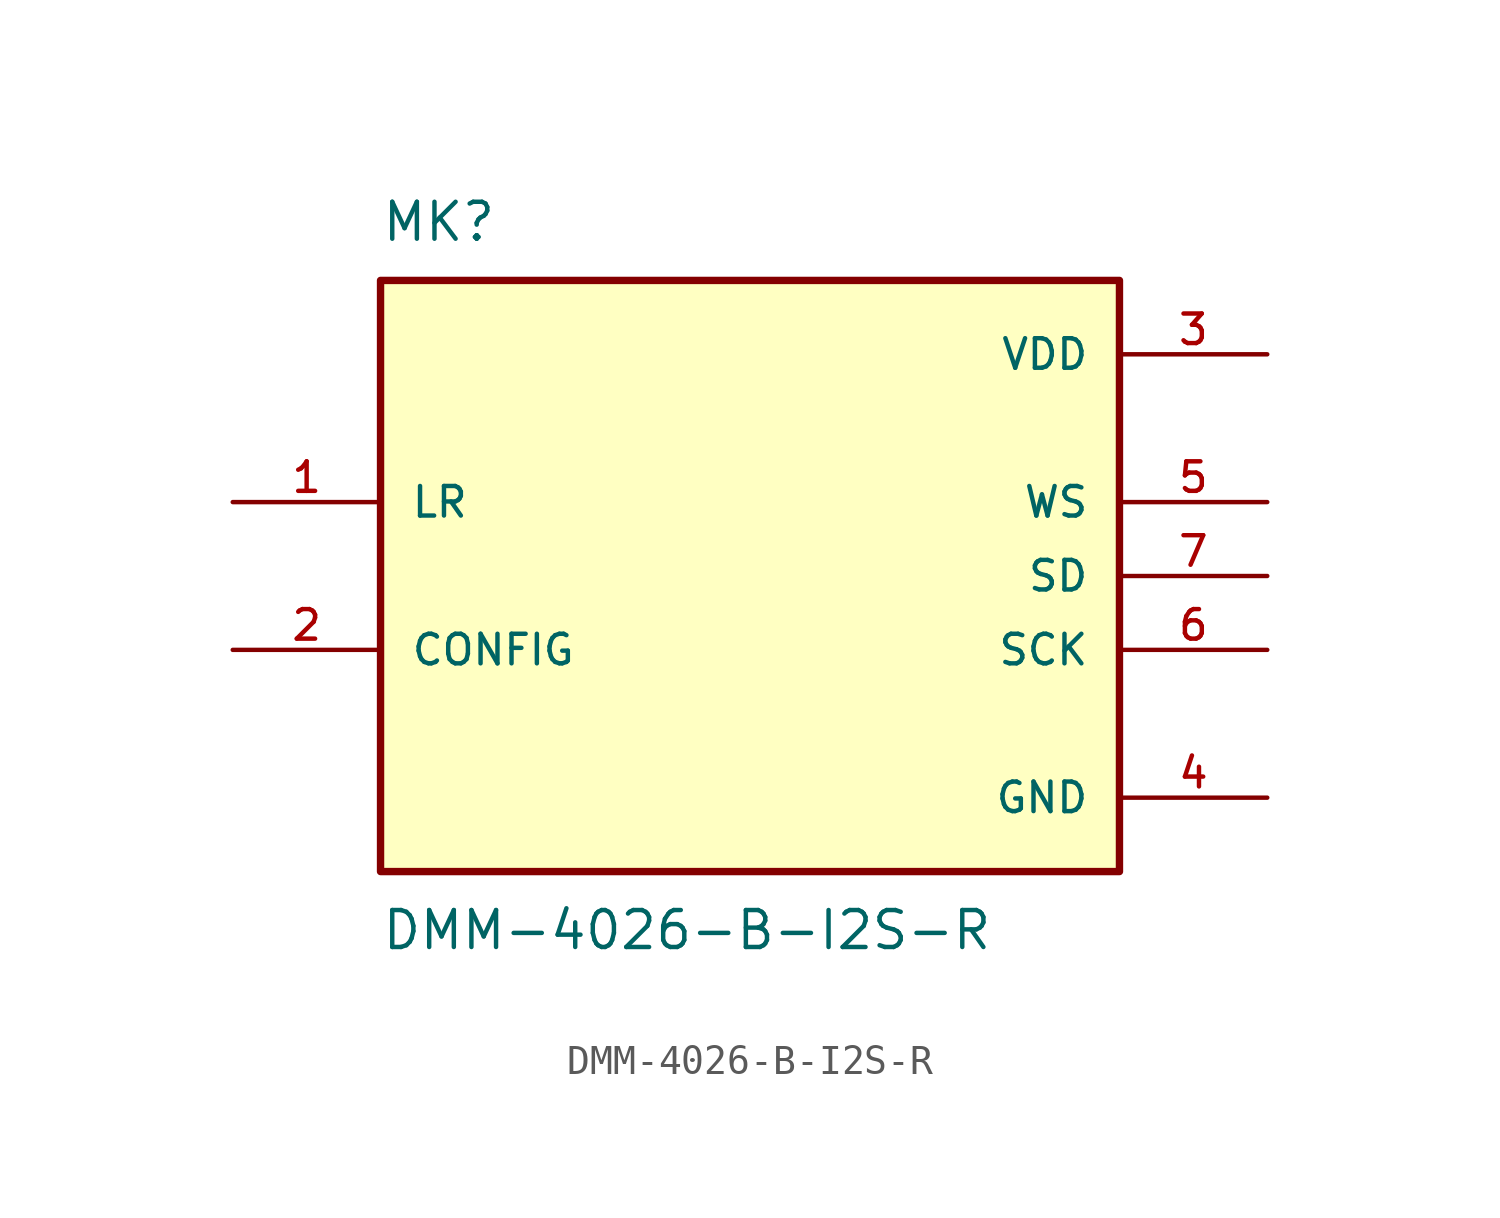
<source format=kicad_sym>
(kicad_symbol_lib
  (version 20211014)
  (generator kicad_symbol_editor)
  (symbol "DMM-4026-B-I2S-R"
    (pin_names
      (offset 1.016))
    (property "Reference" "MK"
      (at -12.7 11.43 0)
      (effects (font (size 1.27 1.27)) (justify bottom left)))
    (property "Value" "DMM-4026-B-I2S-R"
      (at -12.7 -11.43 0.0)
      (effects (font (size 1.27 1.27)) (justify top left)))
    (symbol "DMM-4026-B-I2S-R_0_0"
      (rectangle (start -12.7 -10.16) (end 12.7 10.16) (stroke (width 0.254)) (fill (type background)))
      (pin power_in line (at 17.78 -7.62 180.0) (length 5.08) (name "GND" (effects (font (size 1.016 1.016)))) (number "4" (effects (font (size 1.016 1.016)))))
      (pin output line (at 17.78 0.0 180.0) (length 5.08) (name "SD" (effects (font (size 1.016 1.016)))) (number "7" (effects (font (size 1.016 1.016)))))
      (pin power_in line (at 17.78 7.62 180.0) (length 5.08) (name "VDD" (effects (font (size 1.016 1.016)))) (number "3" (effects (font (size 1.016 1.016)))))
      (pin input line (at -17.78 2.54 0) (length 5.08) (name "LR" (effects (font (size 1.016 1.016)))) (number "1" (effects (font (size 1.016 1.016)))))
      (pin input line (at -17.78 -2.54 0) (length 5.08) (name "CONFIG" (effects (font (size 1.016 1.016)))) (number "2" (effects (font (size 1.016 1.016)))))
      (pin input line (at 17.78 2.54 180.0) (length 5.08) (name "WS" (effects (font (size 1.016 1.016)))) (number "5" (effects (font (size 1.016 1.016)))))
      (pin input line (at 17.78 -2.54 180.0) (length 5.08) (name "SCK" (effects (font (size 1.016 1.016)))) (number "6" (effects (font (size 1.016 1.016))))))))
</source>
